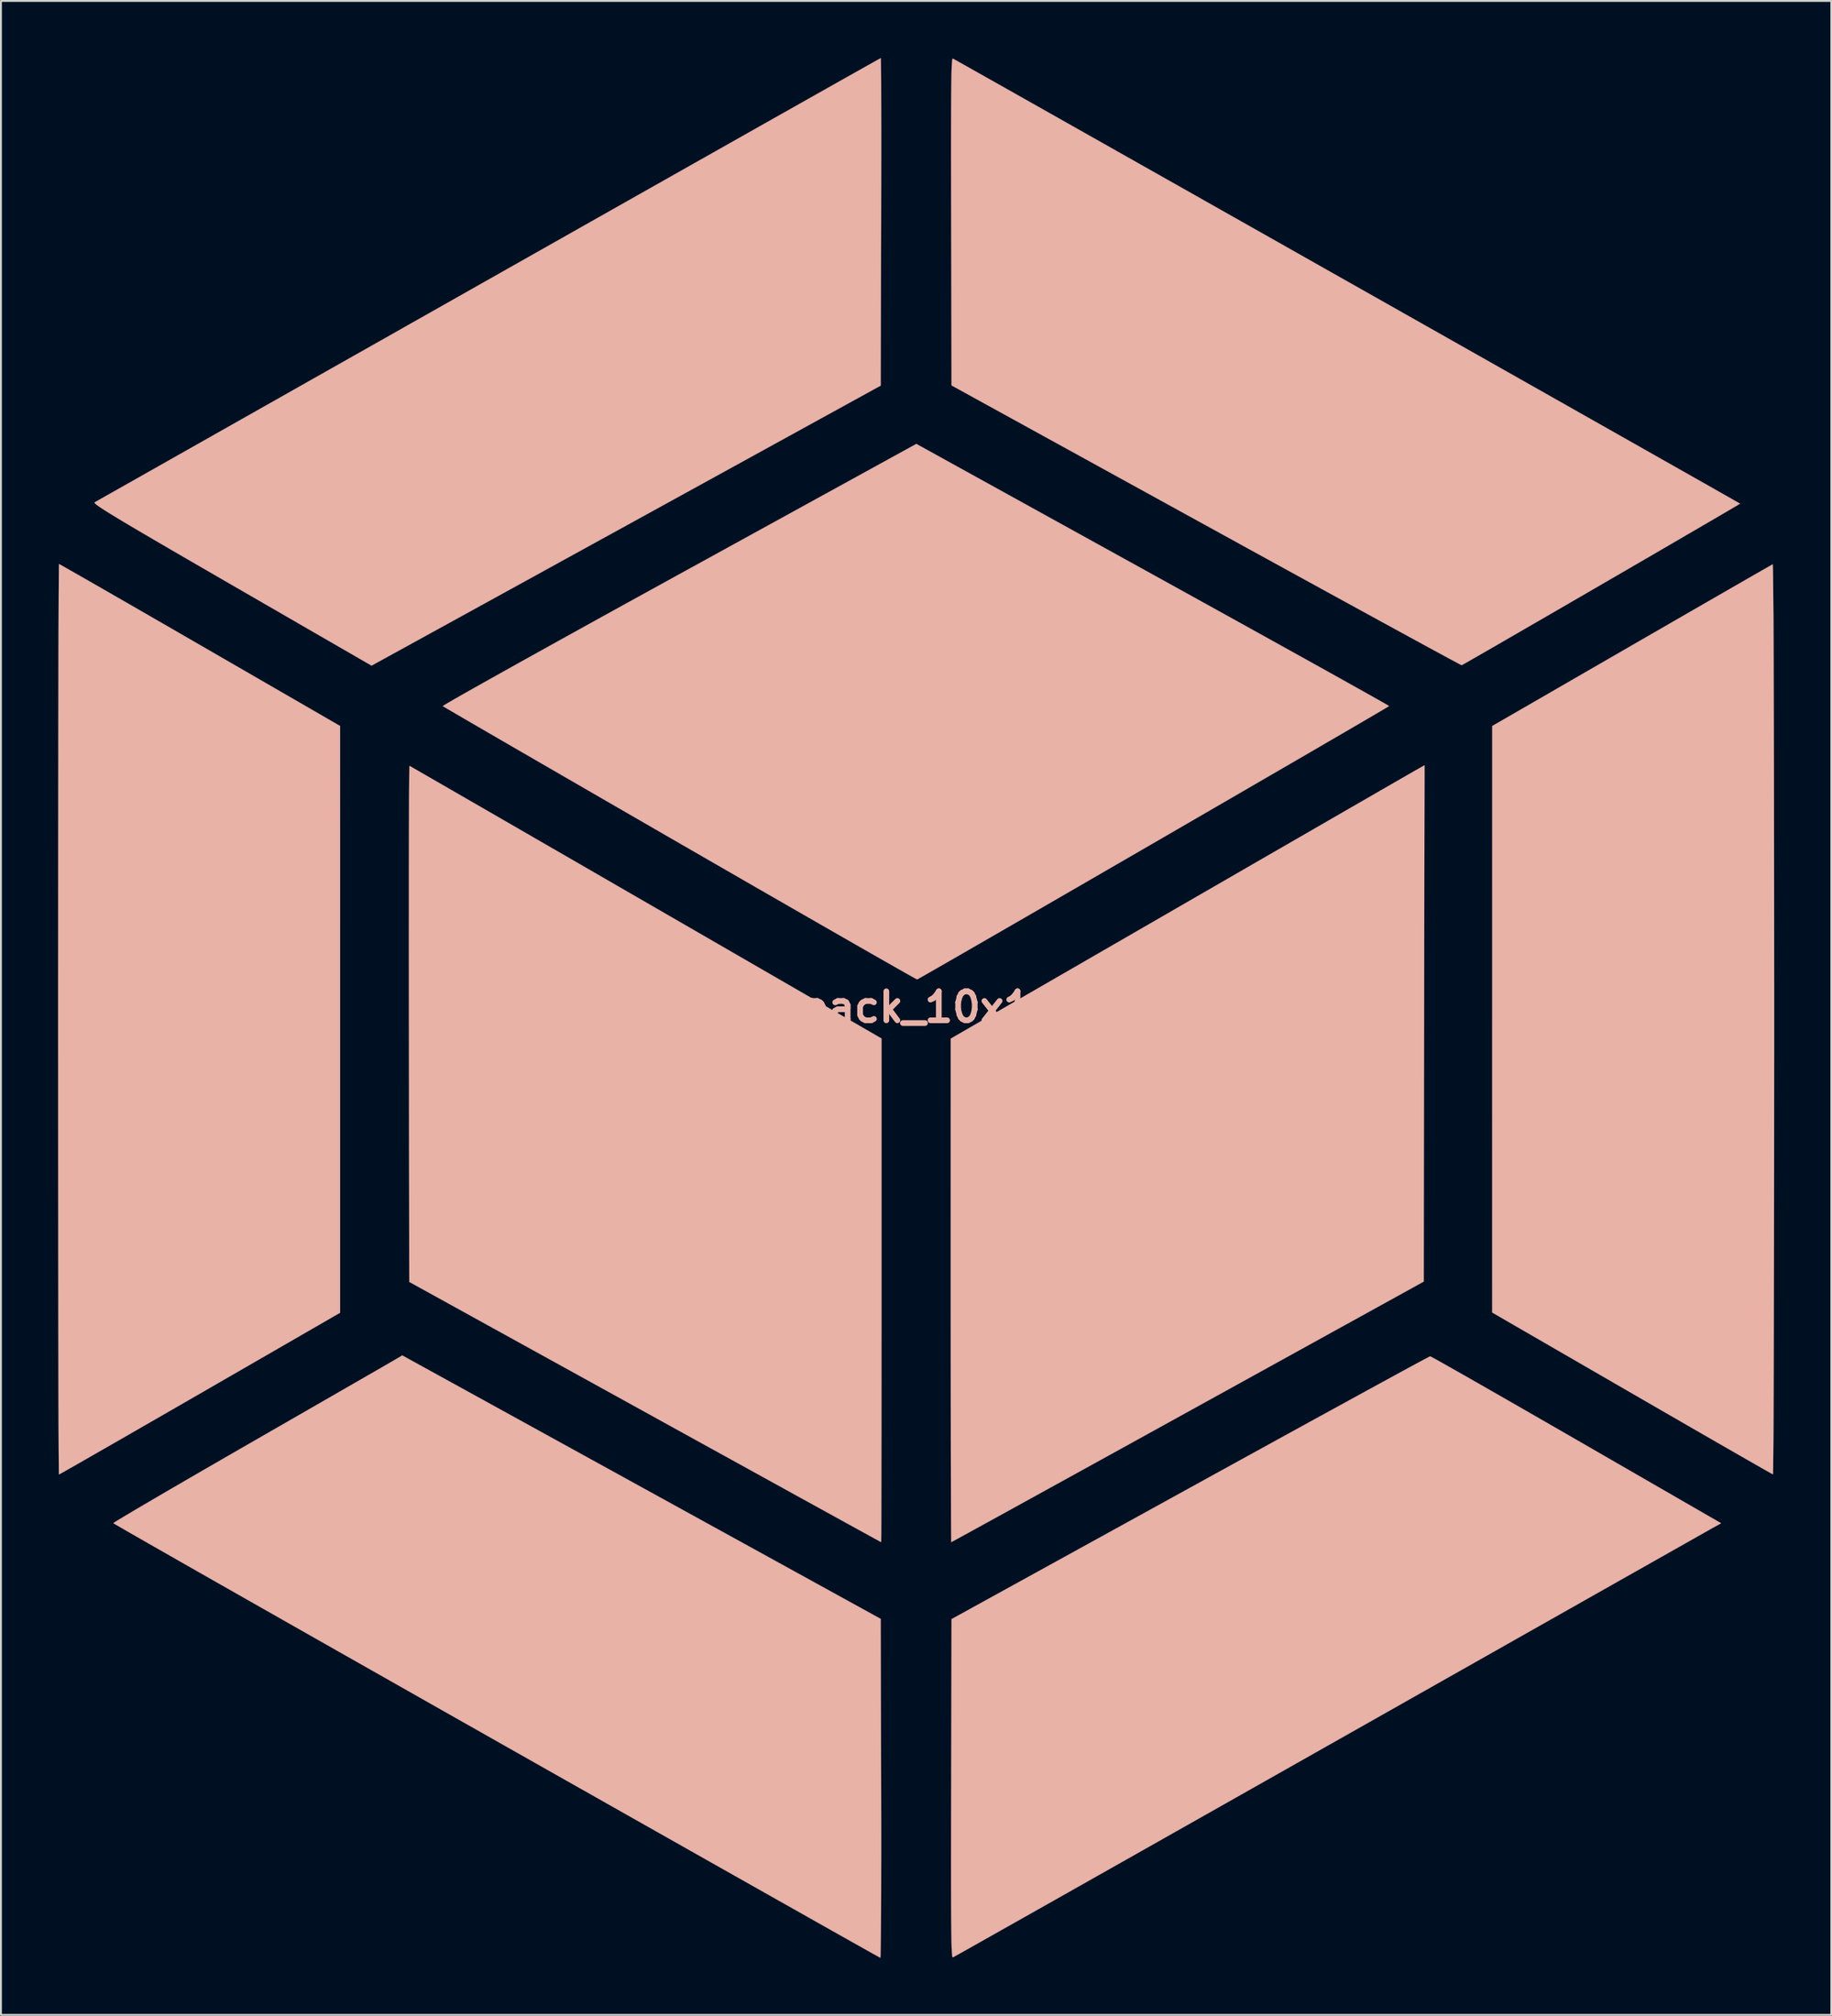
<source format=kicad_pcb>
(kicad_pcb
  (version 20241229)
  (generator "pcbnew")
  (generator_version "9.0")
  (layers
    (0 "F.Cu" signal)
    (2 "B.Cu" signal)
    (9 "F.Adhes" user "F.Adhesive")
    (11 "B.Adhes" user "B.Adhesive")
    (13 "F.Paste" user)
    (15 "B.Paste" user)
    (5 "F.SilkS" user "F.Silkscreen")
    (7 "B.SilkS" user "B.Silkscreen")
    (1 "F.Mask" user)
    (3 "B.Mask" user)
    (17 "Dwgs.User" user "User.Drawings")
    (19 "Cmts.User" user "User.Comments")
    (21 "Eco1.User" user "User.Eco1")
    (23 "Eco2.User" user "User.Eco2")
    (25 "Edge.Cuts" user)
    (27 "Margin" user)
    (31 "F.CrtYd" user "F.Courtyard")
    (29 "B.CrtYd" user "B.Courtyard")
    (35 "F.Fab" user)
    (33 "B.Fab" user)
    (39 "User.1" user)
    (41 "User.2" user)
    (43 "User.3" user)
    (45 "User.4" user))
  (footprint "webpack_10x10_B"
    (layer "F.Cu")
    (at 45.048 49.874)
    (property "Reference" "webpack_10x10_B" (at 0 0 0) (layer "B.SilkS") (effects (font (size 1.524 1.524) (thickness 0.3))))
    (attr through_hole)
    (fp_poly (pts (xy 26.712 14.419) (xy 14.313 21.264) (xy 12.969 22.006) (xy 11.665 22.726) (xy 10.41 23.418) (xy 9.21 24.08) (xy 8.073 24.707) (xy 7.008 25.294) (xy 6.021 25.838) (xy 5.121 26.334) (xy 4.315 26.778) (xy 3.611 27.165) (xy 3.017 27.492) (xy 2.539 27.754) (xy 2.187 27.947) (xy 1.968 28.067) (xy 1.888 28.109) (xy 1.888 28.109) (xy 1.885 28.026) (xy 1.883 27.783) (xy 1.88 27.388) (xy 1.877 26.851) (xy 1.875 26.182) (xy 1.873 25.388) (xy 1.871 24.479) (xy 1.869 23.464) (xy 1.867 22.353) (xy 1.866 21.154) (xy 1.865 19.876) (xy 1.864 18.529) (xy 1.864 17.121) (xy 1.863 15.662) (xy 1.863 14.88) (xy 1.864 1.651) (xy 13.815 -5.249) (xy 15.136 -6.012) (xy 16.422 -6.754) (xy 17.664 -7.472) (xy 18.856 -8.16) (xy 19.989 -8.813) (xy 21.054 -9.428) (xy 22.043 -9.999) (xy 22.95 -10.522) (xy 23.764 -10.991) (xy 24.478 -11.404) (xy 25.085 -11.753) (xy 25.575 -12.036) (xy 25.942 -12.247) (xy 26.176 -12.381) (xy 26.261 -12.43) (xy 26.755 -12.71) (xy 26.712 14.419)) (stroke (width 0.01) (type solid)) (fill yes) (layer "B.SilkS"))
    (fp_poly (pts (xy -26.502 -12.635) (xy -26.286 -12.511) (xy -25.938 -12.31) (xy -25.467 -12.038) (xy -24.879 -11.699) (xy -24.183 -11.298) (xy -23.385 -10.837) (xy -22.494 -10.323) (xy -21.517 -9.759) (xy -20.462 -9.15) (xy -19.336 -8.499) (xy -18.147 -7.813) (xy -16.903 -7.094) (xy -15.611 -6.347) (xy -14.278 -5.577) (xy -14.155 -5.506) (xy -1.778 1.646) (xy -1.778 14.877) (xy -1.778 16.36) (xy -1.779 17.796) (xy -1.779 19.176) (xy -1.78 20.492) (xy -1.781 21.733) (xy -1.782 22.892) (xy -1.784 23.958) (xy -1.785 24.924) (xy -1.787 25.779) (xy -1.789 26.515) (xy -1.791 27.122) (xy -1.793 27.593) (xy -1.796 27.917) (xy -1.798 28.085) (xy -1.799 28.108) (xy -1.874 28.068) (xy -2.09 27.95) (xy -2.439 27.758) (xy -2.912 27.498) (xy -3.504 27.173) (xy -4.204 26.787) (xy -5.007 26.344) (xy -5.905 25.85) (xy -6.889 25.307) (xy -7.952 24.721) (xy -9.086 24.095) (xy -10.284 23.435) (xy -11.538 22.743) (xy -12.841 22.024) (xy -14.183 21.283) (xy -14.205 21.271) (xy -26.591 14.436) (xy -26.609 0.868) (xy -26.611 -0.634) (xy -26.612 -2.088) (xy -26.613 -3.487) (xy -26.612 -4.821) (xy -26.612 -6.081) (xy -26.611 -7.259) (xy -26.609 -8.346) (xy -26.607 -9.332) (xy -26.604 -10.208) (xy -26.601 -10.967) (xy -26.597 -11.598) (xy -26.593 -12.093) (xy -26.588 -12.442) (xy -26.583 -12.638) (xy -26.58 -12.679) (xy -26.502 -12.635)) (stroke (width 0.01) (type solid)) (fill yes) (layer "B.SilkS"))
    (fp_poly (pts (xy 45.059 -23.188) (xy 45.066 -22.943) (xy 45.072 -22.54) (xy 45.078 -21.984) (xy 45.084 -21.282) (xy 45.09 -20.437) (xy 45.095 -19.457) (xy 45.1 -18.347) (xy 45.104 -17.111) (xy 45.108 -15.757) (xy 45.112 -14.289) (xy 45.116 -12.713) (xy 45.119 -11.034) (xy 45.121 -9.258) (xy 45.123 -7.391) (xy 45.125 -5.439) (xy 45.126 -3.406) (xy 45.127 -1.298) (xy 45.127 0.628) (xy 45.127 2.629) (xy 45.126 4.586) (xy 45.125 6.491) (xy 45.124 8.339) (xy 45.122 10.122) (xy 45.12 11.834) (xy 45.117 13.467) (xy 45.114 15.016) (xy 45.111 16.473) (xy 45.108 17.831) (xy 45.104 19.085) (xy 45.1 20.227) (xy 45.096 21.25) (xy 45.091 22.148) (xy 45.087 22.914) (xy 45.082 23.541) (xy 45.077 24.022) (xy 45.072 24.352) (xy 45.067 24.522) (xy 45.064 24.545) (xy 44.983 24.503) (xy 44.766 24.381) (xy 44.422 24.186) (xy 43.961 23.923) (xy 43.394 23.598) (xy 42.729 23.216) (xy 41.977 22.784) (xy 41.148 22.307) (xy 40.252 21.79) (xy 39.299 21.24) (xy 38.298 20.662) (xy 37.656 20.291) (xy 30.312 16.044) (xy 30.315 -14.774) (xy 37.646 -19.008) (xy 38.671 -19.599) (xy 39.655 -20.167) (xy 40.588 -20.705) (xy 41.46 -21.208) (xy 42.261 -21.669) (xy 42.981 -22.083) (xy 43.61 -22.445) (xy 44.138 -22.749) (xy 44.556 -22.988) (xy 44.853 -23.157) (xy 45.019 -23.251) (xy 45.052 -23.269) (xy 45.059 -23.188)) (stroke (width 0.01) (type solid)) (fill yes) (layer "B.SilkS"))
    (fp_poly (pts (xy -44.917 -23.242) (xy -44.702 -23.121) (xy -44.361 -22.927) (xy -43.902 -22.665) (xy -43.336 -22.341) (xy -42.673 -21.961) (xy -41.923 -21.529) (xy -41.095 -21.053) (xy -40.2 -20.537) (xy -39.247 -19.987) (xy -38.246 -19.409) (xy -37.588 -19.029) (xy -30.227 -14.774) (xy -30.226 16.054) (xy -37.591 20.304) (xy -38.618 20.896) (xy -39.603 21.463) (xy -40.537 22.001) (xy -41.409 22.503) (xy -42.21 22.963) (xy -42.93 23.376) (xy -43.558 23.736) (xy -44.086 24.038) (xy -44.504 24.276) (xy -44.8 24.444) (xy -44.966 24.536) (xy -45 24.553) (xy -45.003 24.47) (xy -45.007 24.224) (xy -45.01 23.822) (xy -45.014 23.271) (xy -45.017 22.577) (xy -45.02 21.748) (xy -45.023 20.79) (xy -45.026 19.71) (xy -45.028 18.515) (xy -45.031 17.211) (xy -45.033 15.805) (xy -45.035 14.304) (xy -45.037 12.714) (xy -45.038 11.043) (xy -45.04 9.297) (xy -45.041 7.483) (xy -45.042 5.607) (xy -45.042 3.677) (xy -45.043 1.698) (xy -45.043 0.635) (xy -45.043 -1.366) (xy -45.042 -3.322) (xy -45.041 -5.228) (xy -45.04 -7.076) (xy -45.039 -8.858) (xy -45.037 -10.57) (xy -45.035 -12.204) (xy -45.033 -13.752) (xy -45.031 -15.209) (xy -45.028 -16.568) (xy -45.025 -17.822) (xy -45.023 -18.964) (xy -45.019 -19.987) (xy -45.016 -20.885) (xy -45.013 -21.651) (xy -45.009 -22.278) (xy -45.005 -22.76) (xy -45.002 -23.089) (xy -44.998 -23.26) (xy -44.996 -23.283) (xy -44.917 -23.242)) (stroke (width 0.01) (type solid)) (fill yes) (layer "B.SilkS"))
    (fp_poly (pts (xy -14.391 25.222) (xy -1.82 32.144) (xy -1.799 41.048) (xy -1.796 42.261) (xy -1.795 43.424) (xy -1.795 44.528) (xy -1.797 45.561) (xy -1.799 46.512) (xy -1.802 47.369) (xy -1.807 48.123) (xy -1.812 48.762) (xy -1.818 49.275) (xy -1.825 49.651) (xy -1.833 49.878) (xy -1.841 49.947) (xy -1.919 49.906) (xy -2.139 49.784) (xy -2.494 49.585) (xy -2.978 49.314) (xy -3.585 48.972) (xy -4.31 48.564) (xy -5.147 48.093) (xy -6.088 47.561) (xy -7.129 46.974) (xy -8.264 46.333) (xy -9.486 45.643) (xy -10.789 44.907) (xy -12.167 44.128) (xy -13.615 43.309) (xy -15.127 42.455) (xy -16.696 41.567) (xy -18.316 40.651) (xy -19.982 39.708) (xy -21.687 38.743) (xy -22.013 38.558) (xy -23.725 37.589) (xy -25.398 36.641) (xy -27.026 35.718) (xy -28.604 34.824) (xy -30.125 33.961) (xy -31.584 33.134) (xy -32.974 32.344) (xy -34.29 31.597) (xy -35.526 30.895) (xy -36.674 30.242) (xy -37.731 29.641) (xy -38.689 29.095) (xy -39.542 28.608) (xy -40.286 28.184) (xy -40.912 27.825) (xy -41.417 27.536) (xy -41.793 27.318) (xy -42.035 27.177) (xy -42.137 27.115) (xy -42.14 27.113) (xy -42.07 27.063) (xy -41.864 26.935) (xy -41.53 26.734) (xy -41.079 26.466) (xy -40.521 26.137) (xy -39.864 25.752) (xy -39.12 25.318) (xy -38.298 24.84) (xy -37.408 24.324) (xy -36.459 23.776) (xy -35.462 23.201) (xy -34.869 22.86) (xy -33.841 22.268) (xy -32.849 21.698) (xy -31.905 21.155) (xy -31.019 20.645) (xy -30.201 20.174) (xy -29.462 19.749) (xy -28.813 19.375) (xy -28.262 19.058) (xy -27.822 18.804) (xy -27.503 18.619) (xy -27.314 18.51) (xy -27.271 18.485) (xy -26.961 18.3) (xy -14.391 25.222)) (stroke (width 0.01) (type solid)) (fill yes) (layer "B.SilkS"))
    (fp_poly (pts (xy 27.134 18.389) (xy 27.355 18.509) (xy 27.702 18.703) (xy 28.167 18.966) (xy 28.739 19.29) (xy 29.408 19.672) (xy 30.166 20.105) (xy 31.002 20.584) (xy 31.906 21.102) (xy 32.868 21.656) (xy 33.88 22.238) (xy 34.737 22.732) (xy 42.339 27.118) (xy 41.849 27.39) (xy 41.734 27.455) (xy 41.477 27.6) (xy 41.086 27.821) (xy 40.566 28.115) (xy 39.924 28.478) (xy 39.165 28.907) (xy 38.297 29.398) (xy 37.324 29.947) (xy 36.255 30.552) (xy 35.094 31.209) (xy 33.849 31.913) (xy 32.524 32.662) (xy 31.128 33.452) (xy 29.665 34.28) (xy 28.142 35.141) (xy 26.565 36.033) (xy 24.941 36.952) (xy 23.276 37.894) (xy 21.717 38.776) (xy 20.025 39.733) (xy 18.37 40.669) (xy 16.76 41.58) (xy 15.2 42.462) (xy 13.696 43.312) (xy 12.255 44.127) (xy 10.882 44.903) (xy 9.584 45.636) (xy 8.367 46.324) (xy 7.236 46.963) (xy 6.198 47.549) (xy 5.259 48.079) (xy 4.425 48.549) (xy 3.702 48.957) (xy 3.097 49.298) (xy 2.614 49.57) (xy 2.261 49.768) (xy 2.044 49.889) (xy 1.968 49.931) (xy 1.951 49.908) (xy 1.935 49.819) (xy 1.922 49.656) (xy 1.91 49.411) (xy 1.901 49.076) (xy 1.893 48.643) (xy 1.887 48.103) (xy 1.882 47.449) (xy 1.879 46.672) (xy 1.878 45.765) (xy 1.877 44.718) (xy 1.879 43.525) (xy 1.881 42.176) (xy 1.883 41.064) (xy 1.905 32.155) (xy 14.436 25.252) (xy 15.788 24.507) (xy 17.101 23.785) (xy 18.366 23.089) (xy 19.576 22.424) (xy 20.724 21.794) (xy 21.801 21.203) (xy 22.8 20.656) (xy 23.712 20.156) (xy 24.532 19.708) (xy 25.249 19.317) (xy 25.858 18.985) (xy 26.35 18.719) (xy 26.718 18.521) (xy 26.954 18.396) (xy 27.049 18.348) (xy 27.051 18.347) (xy 27.134 18.389)) (stroke (width 0.01) (type solid)) (fill yes) (layer "B.SilkS"))
    (fp_poly (pts (xy -1.811 -49.786) (xy -1.807 -49.545) (xy -1.803 -49.157) (xy -1.799 -48.634) (xy -1.797 -47.986) (xy -1.795 -47.226) (xy -1.794 -46.363) (xy -1.793 -45.41) (xy -1.794 -44.377) (xy -1.795 -43.276) (xy -1.797 -42.119) (xy -1.799 -41.266) (xy -1.82 -32.663) (xy -15.195 -25.306) (xy -16.592 -24.538) (xy -17.949 -23.792) (xy -19.257 -23.072) (xy -20.511 -22.382) (xy -21.702 -21.727) (xy -22.824 -21.11) (xy -23.867 -20.536) (xy -24.827 -20.009) (xy -25.694 -19.532) (xy -26.461 -19.11) (xy -27.122 -18.747) (xy -27.668 -18.447) (xy -28.093 -18.213) (xy -28.388 -18.051) (xy -28.547 -17.964) (xy -28.574 -17.949) (xy -28.646 -17.991) (xy -28.856 -18.111) (xy -29.192 -18.305) (xy -29.645 -18.567) (xy -30.205 -18.89) (xy -30.864 -19.271) (xy -31.61 -19.701) (xy -32.434 -20.177) (xy -33.326 -20.693) (xy -34.276 -21.242) (xy -35.275 -21.819) (xy -35.929 -22.196) (xy -37.155 -22.906) (xy -38.242 -23.535) (xy -39.197 -24.09) (xy -40.027 -24.574) (xy -40.74 -24.992) (xy -41.344 -25.349) (xy -41.845 -25.648) (xy -42.252 -25.895) (xy -42.571 -26.094) (xy -42.811 -26.25) (xy -42.979 -26.367) (xy -43.082 -26.449) (xy -43.128 -26.501) (xy -43.124 -26.528) (xy -43.124 -26.528) (xy -43.038 -26.577) (xy -42.81 -26.705) (xy -42.448 -26.91) (xy -41.955 -27.188) (xy -41.34 -27.536) (xy -40.606 -27.951) (xy -39.761 -28.429) (xy -38.811 -28.966) (xy -37.761 -29.56) (xy -36.617 -30.207) (xy -35.385 -30.904) (xy -34.072 -31.646) (xy -32.683 -32.432) (xy -31.224 -33.257) (xy -29.701 -34.118) (xy -28.12 -35.012) (xy -26.488 -35.936) (xy -24.809 -36.885) (xy -23.091 -37.857) (xy -22.412 -38.241) (xy -20.681 -39.22) (xy -18.989 -40.177) (xy -17.341 -41.109) (xy -15.743 -42.012) (xy -14.201 -42.884) (xy -12.721 -43.72) (xy -11.31 -44.518) (xy -9.972 -45.273) (xy -8.714 -45.984) (xy -7.542 -46.646) (xy -6.461 -47.255) (xy -5.479 -47.81) (xy -4.599 -48.306) (xy -3.83 -48.74) (xy -3.175 -49.108) (xy -2.642 -49.408) (xy -2.236 -49.636) (xy -1.963 -49.788) (xy -1.83 -49.862) (xy -1.817 -49.869) (xy -1.811 -49.786)) (stroke (width 0.01) (type solid)) (fill yes) (layer "B.SilkS"))
    (fp_poly (pts (xy 2.048 -49.802) (xy 2.267 -49.679) (xy 2.62 -49.481) (xy 3.098 -49.212) (xy 3.695 -48.875) (xy 4.403 -48.476) (xy 5.215 -48.018) (xy 6.124 -47.505) (xy 7.122 -46.941) (xy 8.203 -46.33) (xy 9.36 -45.677) (xy 10.584 -44.985) (xy 11.869 -44.259) (xy 13.208 -43.503) (xy 14.594 -42.72) (xy 16.018 -41.914) (xy 17.475 -41.091) (xy 18.957 -40.254) (xy 20.456 -39.406) (xy 21.965 -38.552) (xy 23.478 -37.697) (xy 24.987 -36.844) (xy 26.485 -35.997) (xy 27.965 -35.16) (xy 29.419 -34.338) (xy 30.84 -33.534) (xy 32.221 -32.752) (xy 33.555 -31.998) (xy 34.835 -31.274) (xy 36.053 -30.584) (xy 37.203 -29.934) (xy 38.276 -29.326) (xy 39.267 -28.765) (xy 40.167 -28.256) (xy 40.969 -27.801) (xy 41.667 -27.406) (xy 42.252 -27.074) (xy 42.719 -26.809) (xy 43.059 -26.615) (xy 43.266 -26.497) (xy 43.332 -26.459) (xy 43.263 -26.415) (xy 43.059 -26.294) (xy 42.733 -26.102) (xy 42.296 -25.846) (xy 41.761 -25.533) (xy 41.138 -25.17) (xy 40.441 -24.764) (xy 39.681 -24.321) (xy 38.87 -23.849) (xy 38.02 -23.355) (xy 37.143 -22.846) (xy 36.251 -22.328) (xy 35.355 -21.808) (xy 34.469 -21.294) (xy 33.604 -20.793) (xy 32.771 -20.311) (xy 31.983 -19.855) (xy 31.252 -19.432) (xy 30.589 -19.049) (xy 30.007 -18.713) (xy 29.518 -18.432) (xy 29.133 -18.211) (xy 28.864 -18.058) (xy 28.724 -17.98) (xy 28.708 -17.972) (xy 28.63 -18.01) (xy 28.411 -18.126) (xy 28.059 -18.315) (xy 27.58 -18.574) (xy 26.983 -18.898) (xy 26.275 -19.284) (xy 25.463 -19.727) (xy 24.555 -20.223) (xy 23.558 -20.769) (xy 22.479 -21.36) (xy 21.326 -21.991) (xy 20.107 -22.66) (xy 18.829 -23.362) (xy 17.498 -24.093) (xy 16.124 -24.849) (xy 15.282 -25.311) (xy 1.905 -32.671) (xy 1.883 -41.279) (xy 1.88 -42.722) (xy 1.878 -44.005) (xy 1.877 -45.134) (xy 1.878 -46.119) (xy 1.88 -46.968) (xy 1.884 -47.688) (xy 1.889 -48.289) (xy 1.896 -48.779) (xy 1.905 -49.165) (xy 1.915 -49.456) (xy 1.928 -49.66) (xy 1.942 -49.786) (xy 1.959 -49.842) (xy 1.968 -49.846) (xy 2.048 -49.802)) (stroke (width 0.01) (type solid)) (fill yes) (layer "B.SilkS"))
    (fp_poly (pts (xy 12.469 -22.736) (xy 13.814 -21.993) (xy 15.118 -21.271) (xy 16.374 -20.576) (xy 17.574 -19.911) (xy 18.711 -19.28) (xy 19.776 -18.689) (xy 20.762 -18.141) (xy 21.662 -17.64) (xy 22.467 -17.191) (xy 23.17 -16.798) (xy 23.764 -16.465) (xy 24.24 -16.197) (xy 24.592 -15.998) (xy 24.811 -15.872) (xy 24.889 -15.823) (xy 24.889 -15.822) (xy 24.818 -15.777) (xy 24.609 -15.653) (xy 24.271 -15.454) (xy 23.815 -15.187) (xy 23.249 -14.856) (xy 22.582 -14.467) (xy 21.824 -14.026) (xy 20.984 -13.537) (xy 20.071 -13.006) (xy 19.094 -12.439) (xy 18.062 -11.84) (xy 16.985 -11.215) (xy 15.872 -10.57) (xy 14.732 -9.909) (xy 13.574 -9.238) (xy 12.408 -8.562) (xy 11.242 -7.887) (xy 10.086 -7.218) (xy 8.949 -6.56) (xy 7.84 -5.919) (xy 6.769 -5.299) (xy 5.745 -4.707) (xy 4.776 -4.148) (xy 3.873 -3.627) (xy 3.044 -3.149) (xy 2.298 -2.719) (xy 1.645 -2.343) (xy 1.094 -2.027) (xy 0.654 -1.775) (xy 0.335 -1.594) (xy 0.145 -1.487) (xy 0.094 -1.46) (xy 0.016 -1.5) (xy -0.201 -1.619) (xy -0.549 -1.815) (xy -1.021 -2.083) (xy -1.609 -2.418) (xy -2.306 -2.815) (xy -3.104 -3.272) (xy -3.995 -3.783) (xy -4.973 -4.344) (xy -6.029 -4.95) (xy -7.155 -5.598) (xy -8.345 -6.282) (xy -9.59 -7) (xy -10.883 -7.745) (xy -12.217 -8.514) (xy -12.362 -8.598) (xy -13.7 -9.37) (xy -14.998 -10.12) (xy -16.25 -10.843) (xy -17.446 -11.535) (xy -18.581 -12.191) (xy -19.645 -12.807) (xy -20.633 -13.379) (xy -21.534 -13.901) (xy -22.344 -14.37) (xy -23.053 -14.782) (xy -23.654 -15.131) (xy -24.139 -15.414) (xy -24.502 -15.626) (xy -24.733 -15.762) (xy -24.827 -15.819) (xy -24.828 -15.82) (xy -24.762 -15.867) (xy -24.555 -15.991) (xy -24.215 -16.188) (xy -23.749 -16.453) (xy -23.166 -16.783) (xy -22.471 -17.173) (xy -21.674 -17.619) (xy -20.782 -18.117) (xy -19.802 -18.662) (xy -18.743 -19.25) (xy -17.611 -19.877) (xy -16.414 -20.539) (xy -15.16 -21.231) (xy -13.857 -21.949) (xy -12.512 -22.69) (xy -12.42 -22.74) (xy 0.052 -29.597) (xy 12.469 -22.736)) (stroke (width 0.01) (type solid)) (fill yes) (layer "B.SilkS")))
  (gr_rect
    (start -3 -3)
    (end 93.18 102.826)
    (stroke (width 0.1) (type default))
    (fill no)
    (layer "Edge.Cuts")))
</source>
